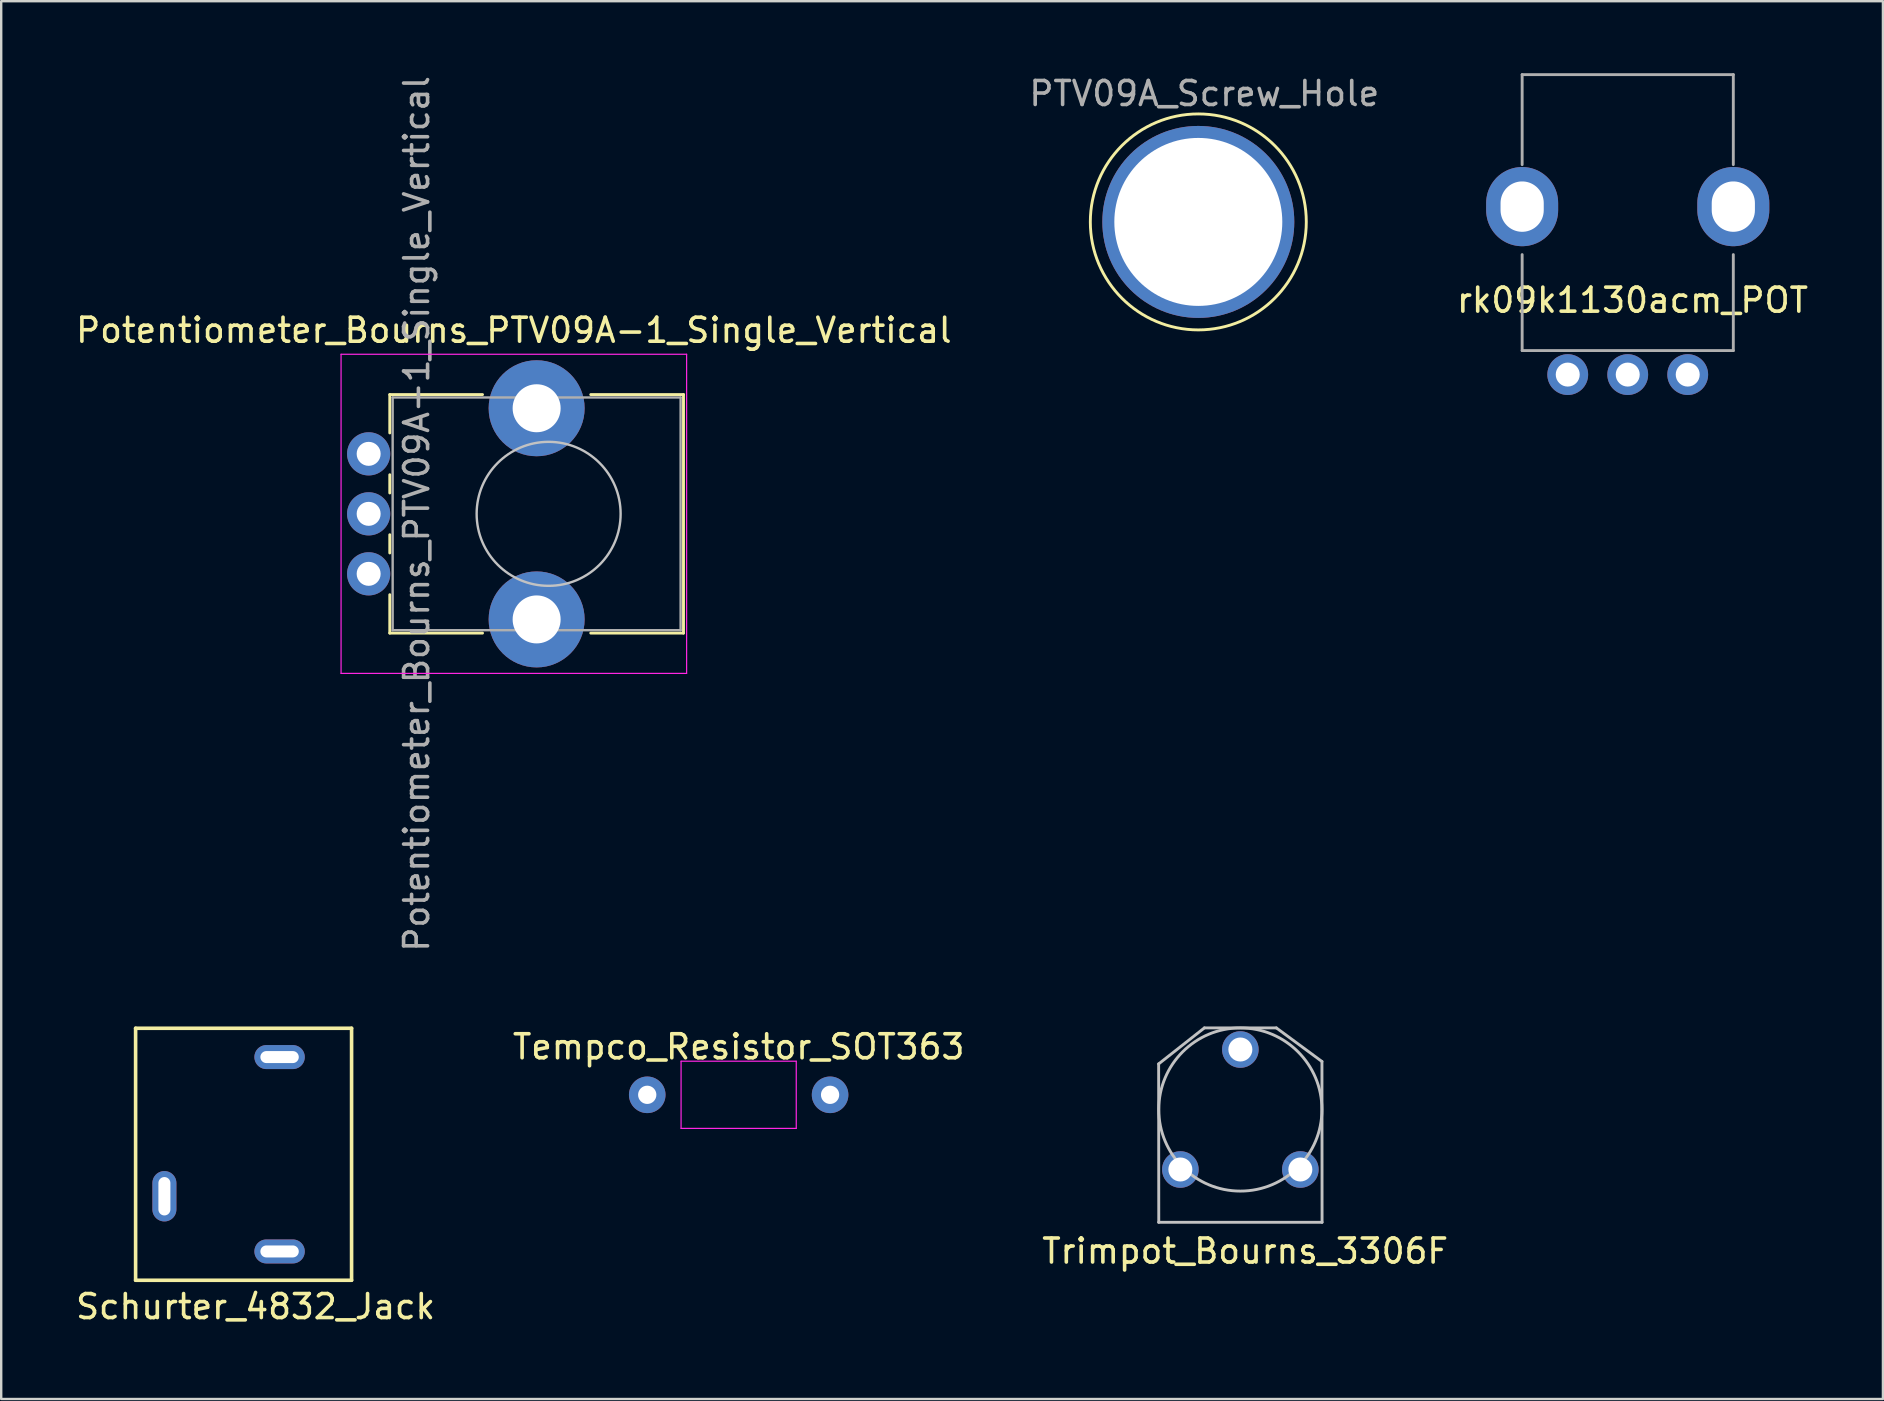
<source format=kicad_pcb>
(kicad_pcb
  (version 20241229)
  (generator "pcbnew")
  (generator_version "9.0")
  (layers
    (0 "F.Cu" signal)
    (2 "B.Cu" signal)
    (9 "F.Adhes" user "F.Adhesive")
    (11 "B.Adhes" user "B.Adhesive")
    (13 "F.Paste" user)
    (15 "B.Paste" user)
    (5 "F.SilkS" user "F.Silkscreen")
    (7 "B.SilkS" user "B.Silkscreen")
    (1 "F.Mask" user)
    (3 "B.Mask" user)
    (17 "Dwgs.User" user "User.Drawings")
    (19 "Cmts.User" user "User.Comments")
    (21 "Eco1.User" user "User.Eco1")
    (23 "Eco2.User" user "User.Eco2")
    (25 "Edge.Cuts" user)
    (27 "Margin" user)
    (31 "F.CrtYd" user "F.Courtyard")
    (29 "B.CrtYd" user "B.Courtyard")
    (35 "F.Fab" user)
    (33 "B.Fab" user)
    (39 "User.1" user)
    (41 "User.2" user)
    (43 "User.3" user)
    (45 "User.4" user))
  (footprint "Tempco_Resistor_SOT363"
    (layer "F.Cu")
    (at 27.732 42.574)
    (property "Reference" "Tempco_Resistor_SOT363" (at 0 -2 0) (layer "F.SilkS") (effects (font (size 1 1) (thickness 0.15))))
    (attr smd)
    (fp_line (start -2.4 -1.4) (end -2.4 1.4) (stroke (width 0.05) (type solid)) (layer "F.CrtYd"))
    (fp_line (start -2.4 -1.4) (end 2.4 -1.4) (stroke (width 0.05) (type solid)) (layer "F.CrtYd"))
    (fp_line (start -2.4 1.4) (end 2.4 1.4) (stroke (width 0.05) (type solid)) (layer "F.CrtYd"))
    (fp_line (start 2.4 1.4) (end 2.4 -1.4) (stroke (width 0.05) (type solid)) (layer "F.CrtYd"))
    (pad "1" thru_hole circle (at -3.81 0) (size 1.524 1.524) (drill 0.762) (layers "*.Cu" "*.Mask"))
    (pad "2" thru_hole circle (at 3.81 0) (size 1.524 1.524) (drill 0.762) (layers "*.Cu" "*.Mask")))
  (footprint "Potentiometer_Bourns_PTV09A-1_Single_Vertical"
    (layer "F.Cu")
    (at 19.813 18.363)
    (property "Reference" "Potentiometer_Bourns_PTV09A-1_Single_Vertical" (at -1.45 -7.65 0) (layer "F.SilkS") (effects (font (size 1 1) (thickness 0.15))))
    (attr through_hole)
    (fp_line (start -6.62 -4.97) (end -6.62 -3.371) (stroke (width 0.12) (type solid)) (layer "F.SilkS"))
    (fp_line (start -6.62 -4.97) (end -2.755 -4.97) (stroke (width 0.12) (type solid)) (layer "F.SilkS"))
    (fp_line (start -6.62 -1.629) (end -6.62 -0.87) (stroke (width 0.12) (type solid)) (layer "F.SilkS"))
    (fp_line (start -6.62 0.871) (end -6.62 1.63) (stroke (width 0.12) (type solid)) (layer "F.SilkS"))
    (fp_line (start -6.62 3.37) (end -6.62 4.97) (stroke (width 0.12) (type solid)) (layer "F.SilkS"))
    (fp_line (start -6.62 4.97) (end -2.755 4.97) (stroke (width 0.12) (type solid)) (layer "F.SilkS"))
    (fp_line (start 1.755 -4.97) (end 5.62 -4.97) (stroke (width 0.12) (type solid)) (layer "F.SilkS"))
    (fp_line (start 1.755 4.97) (end 5.62 4.97) (stroke (width 0.12) (type solid)) (layer "F.SilkS"))
    (fp_line (start 5.62 -4.97) (end 5.62 4.97) (stroke (width 0.12) (type solid)) (layer "F.SilkS"))
    (fp_circle (center 0 0) (end 3 0) (stroke (width 0.1) (type solid)) (fill no) (layer "Dwgs.User"))
    (fp_line (start -8.65 -6.65) (end -8.65 6.65) (stroke (width 0.05) (type solid)) (layer "F.CrtYd"))
    (fp_line (start -8.65 6.65) (end 5.75 6.65) (stroke (width 0.05) (type solid)) (layer "F.CrtYd"))
    (fp_line (start 5.75 -6.65) (end -8.65 -6.65) (stroke (width 0.05) (type solid)) (layer "F.CrtYd"))
    (fp_line (start 5.75 6.65) (end 5.75 -6.65) (stroke (width 0.05) (type solid)) (layer "F.CrtYd"))
    (fp_line (start -6.5 -4.85) (end -6.5 4.85) (stroke (width 0.1) (type solid)) (layer "F.Fab"))
    (fp_line (start -6.5 4.85) (end 5.5 4.85) (stroke (width 0.1) (type solid)) (layer "F.Fab"))
    (fp_line (start 5.5 -4.85) (end -6.5 -4.85) (stroke (width 0.1) (type solid)) (layer "F.Fab"))
    (fp_line (start 5.5 4.85) (end 5.5 -4.85) (stroke (width 0.1) (type solid)) (layer "F.Fab"))
    (fp_text user "${REFERENCE}" (at -5.5 0 90) (layer "F.Fab") (effects (font (size 1 1) (thickness 0.15))))
    (pad "" np_thru_hole circle (at -0.5 -4.4) (size 4 4) (drill 2) (layers "*.Cu" "*.Mask"))
    (pad "" np_thru_hole circle (at -0.5 4.4) (size 4 4) (drill 2) (layers "*.Cu" "*.Mask"))
    (pad "1" thru_hole circle (at -7.5 2.5) (size 1.8 1.8) (drill 1) (layers "*.Cu" "*.Mask"))
    (pad "2" thru_hole circle (at -7.5 0) (size 1.8 1.8) (drill 1) (layers "*.Cu" "*.Mask"))
    (pad "3" thru_hole circle (at -7.5 -2.5) (size 1.8 1.8) (drill 1) (layers "*.Cu" "*.Mask")))
  (footprint "Schurter_4832_Jack"
    (layer "F.Cu")
    (at 7.601 45.401)
    (property "Reference" "Schurter_4832_Jack" (at 0 6 0) (layer "F.SilkS") (effects (font (size 1 1) (thickness 0.15))))
    (attr through_hole)
    (fp_line (start -5 -5.6) (end 4 -5.6) (stroke (width 0.15) (type solid)) (layer "F.SilkS"))
    (fp_line (start -5 4.9) (end -5 -5.6) (stroke (width 0.15) (type solid)) (layer "F.SilkS"))
    (fp_line (start 4 -5.6) (end 4 4.9) (stroke (width 0.15) (type solid)) (layer "F.SilkS"))
    (fp_line (start 4 4.9) (end -5 4.9) (stroke (width 0.15) (type solid)) (layer "F.SilkS"))
    (pad "1" thru_hole oval (at 1 3.7 90) (size 1 2.1) (drill oval 0.5 1.6) (layers "*.Cu" "*.Mask"))
    (pad "2" thru_hole oval (at -3.8 1.4 180) (size 1 2.1) (drill oval 0.5 1.6) (layers "*.Cu" "*.Mask"))
    (pad "3" thru_hole oval (at 1 -4.4 270) (size 1 2.1) (drill oval 0.5 1.6) (layers "*.Cu" "*.Mask")))
  (footprint "PTV09A_Screw_Hole"
    (layer "F.Cu")
    (at 46.887 6.198)
    (property "Reference" "PTV09A_Screw_Hole" (at 0.25 -5.35 0) (layer "F.Fab") (effects (font (size 1 1) (thickness 0.15))))
    (attr through_hole)
    (fp_circle (center 0 0) (end 4.5 0) (stroke (width 0.12) (type solid)) (fill no) (layer "F.SilkS"))
    (fp_circle (center 0 0) (end 2.6 0) (stroke (width 0.05) (type solid)) (fill no) (layer "F.CrtYd"))
    (fp_circle (center 0 0) (end 2 0.8) (stroke (width 0.1) (type solid)) (fill no) (layer "F.Fab"))
    (pad "1" thru_hole circle (at 0 0) (size 8 8) (drill 7) (layers "*.Cu" "*.Mask")))
  (footprint "Trimpot_Bourns_3306F"
    (layer "F.Cu")
    (at 48.639 45.686)
    (property "Reference" "Trimpot_Bourns_3306F" (at 0.2 3.4 0) (layer "F.SilkS") (effects (font (size 1 1) (thickness 0.15))))
    (attr through_hole)
    (fp_line (start -3.405 -4.4) (end -1.5 -5.9) (stroke (width 0.12) (type solid)) (layer "Dwgs.User"))
    (fp_line (start -3.4 2.2) (end -3.405 -4.4) (stroke (width 0.12) (type solid)) (layer "Dwgs.User"))
    (fp_line (start -1.5 -5.9) (end 1.5 -5.9) (stroke (width 0.12) (type solid)) (layer "Dwgs.User"))
    (fp_line (start 1.5 -5.9) (end 3.4 -4.5) (stroke (width 0.12) (type solid)) (layer "Dwgs.User"))
    (fp_line (start 3.4 -4.5) (end 3.405 2.2) (stroke (width 0.12) (type solid)) (layer "Dwgs.User"))
    (fp_line (start 3.405 2.2) (end -3.405 2.2) (stroke (width 0.12) (type solid)) (layer "Dwgs.User"))
    (fp_circle (center 0 -2.5) (end 3.4 -2.5) (stroke (width 0.12) (type solid)) (fill no) (layer "Dwgs.User"))
    (pad "1" thru_hole circle (at -2.5 0) (size 1.524 1.524) (drill 1) (layers "*.Cu" "*.Mask"))
    (pad "2" thru_hole circle (at 0 -5) (size 1.524 1.524) (drill 1) (layers "*.Cu" "*.Mask"))
    (pad "3" thru_hole circle (at 2.5 0) (size 1.524 1.524) (drill 1) (layers "*.Cu" "*.Mask")))
  (footprint "rk09k1130acm_POT"
    (layer "F.Cu")
    (at 64.782 12.56)
    (property "Reference" "rk09k1130acm_POT" (at 0.2 -3.1 0) (layer "F.SilkS") (effects (font (size 1 1) (thickness 0.15))))
    (attr through_hole)
    (fp_line (start -4.4 -12.5) (end 4.4 -12.5) (stroke (width 0.12) (type solid)) (layer "F.Fab"))
    (fp_line (start -4.4 -8.75) (end -4.4 -12.5) (stroke (width 0.12) (type solid)) (layer "F.Fab"))
    (fp_line (start -4.4 -5) (end -4.4 -1) (stroke (width 0.12) (type solid)) (layer "F.Fab"))
    (fp_line (start -4.4 -1) (end 4.4 -1) (stroke (width 0.12) (type solid)) (layer "F.Fab"))
    (fp_line (start 4.4 -12.5) (end 4.4 -8.75) (stroke (width 0.12) (type solid)) (layer "F.Fab"))
    (fp_line (start 4.4 -1) (end 4.4 -5) (stroke (width 0.12) (type solid)) (layer "F.Fab"))
    (pad "" thru_hole oval (at -4.4 -7) (size 3 3.3) (drill oval 1.8 2.1) (layers "*.Cu" "*.Mask"))
    (pad "" thru_hole oval (at 4.4 -7) (size 3 3.3) (drill oval 1.8 2.1) (layers "*.Cu" "*.Mask"))
    (pad "1" thru_hole circle (at -2.5 0) (size 1.7 1.7) (drill 1) (layers "*.Cu" "*.Mask"))
    (pad "2" thru_hole circle (at 0 0) (size 1.7 1.7) (drill 1) (layers "*.Cu" "*.Mask"))
    (pad "3" thru_hole circle (at 2.5 0) (size 1.7 1.7) (drill 1) (layers "*.Cu" "*.Mask")))
  (gr_rect
    (start -3 -3)
    (end 75.417 55.249)
    (stroke (width 0.1) (type default))
    (fill no)
    (layer "Edge.Cuts")))
</source>
